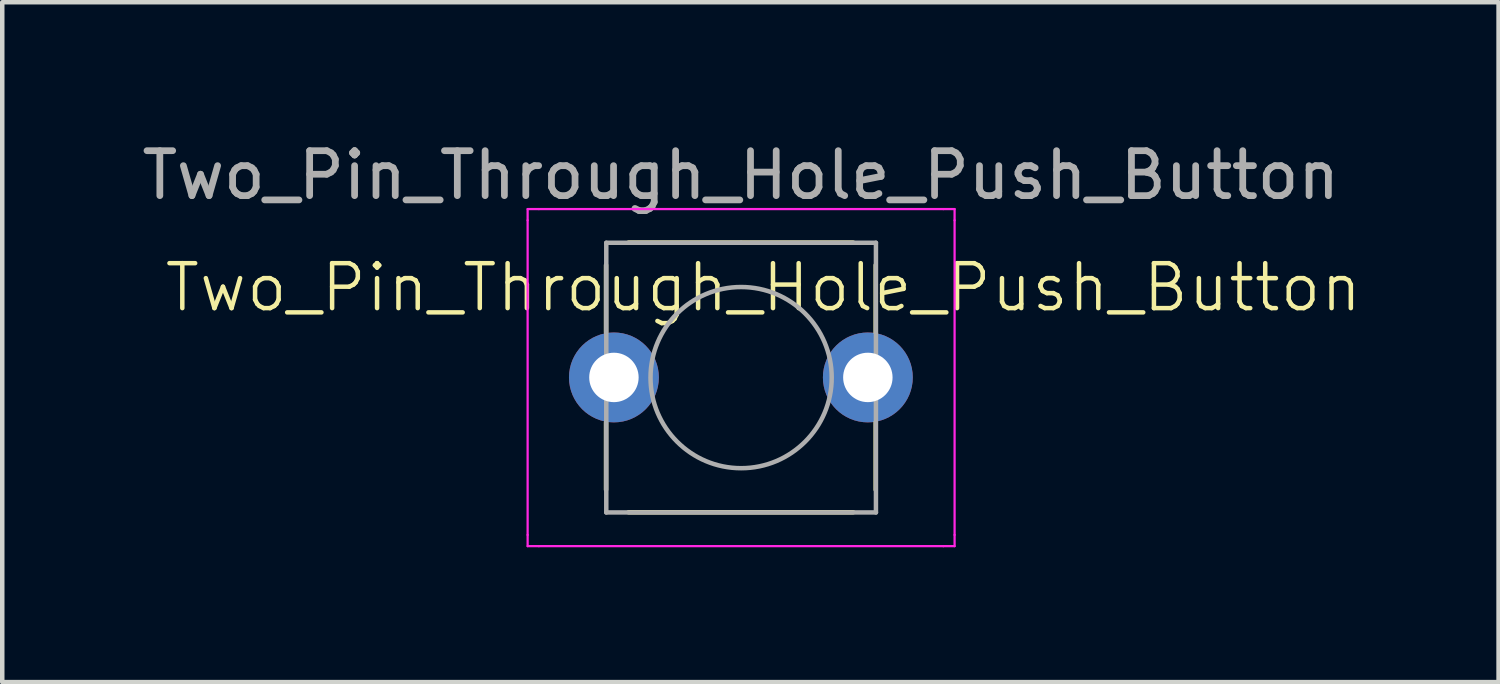
<source format=kicad_pcb>
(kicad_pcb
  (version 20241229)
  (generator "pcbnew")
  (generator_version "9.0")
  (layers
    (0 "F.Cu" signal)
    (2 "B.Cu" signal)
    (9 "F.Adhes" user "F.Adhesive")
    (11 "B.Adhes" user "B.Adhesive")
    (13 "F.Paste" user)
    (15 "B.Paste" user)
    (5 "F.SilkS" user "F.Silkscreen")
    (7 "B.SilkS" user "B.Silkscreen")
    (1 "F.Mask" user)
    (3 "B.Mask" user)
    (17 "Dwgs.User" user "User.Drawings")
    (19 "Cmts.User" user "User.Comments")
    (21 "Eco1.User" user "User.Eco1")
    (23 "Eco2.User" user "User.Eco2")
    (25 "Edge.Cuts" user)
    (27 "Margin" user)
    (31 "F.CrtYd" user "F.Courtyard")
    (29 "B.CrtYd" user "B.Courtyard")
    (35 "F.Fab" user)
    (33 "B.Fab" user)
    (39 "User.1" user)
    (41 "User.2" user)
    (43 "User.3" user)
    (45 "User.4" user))
  (footprint "Two_Pin_Through_Hole_Push_Button"
    (layer "F.Cu")
    (at 13.435 5.348)
    (property "Reference" "Two_Pin_Through_Hole_Push_Button" (at 0.5 -2 0) (unlocked yes) (layer "F.SilkS") (effects (font (size 1 1) (thickness 0.1))))
    (attr through_hole)
    (fp_line (start -3 -1) (end -3 -2.5) (stroke (width 0.1) (type default)) (layer "F.SilkS"))
    (fp_line (start -3 2.5) (end -3 1) (stroke (width 0.1) (type default)) (layer "F.SilkS"))
    (fp_line (start -2.5 -3) (end 2.5 -3) (stroke (width 0.1) (type default)) (layer "F.SilkS"))
    (fp_line (start 2.5 3) (end -2.5 3) (stroke (width 0.1) (type default)) (layer "F.SilkS"))
    (fp_line (start 3 -2.5) (end 3 -1) (stroke (width 0.1) (type default)) (layer "F.SilkS"))
    (fp_line (start 3 1) (end 3 2.5) (stroke (width 0.1) (type default)) (layer "F.SilkS"))
    (fp_line (start -4.745 -3.746) (end -4.495 -3.746) (stroke (width 0.05) (type solid)) (layer "F.CrtYd"))
    (fp_line (start -4.745 -3.496) (end -4.745 -3.746) (stroke (width 0.05) (type solid)) (layer "F.CrtYd"))
    (fp_line (start -4.745 3.504) (end -4.745 -3.496) (stroke (width 0.05) (type solid)) (layer "F.CrtYd"))
    (fp_line (start -4.745 3.504) (end -4.745 3.754) (stroke (width 0.05) (type solid)) (layer "F.CrtYd"))
    (fp_line (start -4.745 3.754) (end -4.495 3.754) (stroke (width 0.05) (type solid)) (layer "F.CrtYd"))
    (fp_line (start -4.495 -3.746) (end 4.505 -3.746) (stroke (width 0.05) (type solid)) (layer "F.CrtYd"))
    (fp_line (start 4.505 -3.746) (end 4.755 -3.746) (stroke (width 0.05) (type solid)) (layer "F.CrtYd"))
    (fp_line (start 4.505 3.754) (end -4.495 3.754) (stroke (width 0.05) (type solid)) (layer "F.CrtYd"))
    (fp_line (start 4.505 3.754) (end 4.755 3.754) (stroke (width 0.05) (type solid)) (layer "F.CrtYd"))
    (fp_line (start 4.755 -3.746) (end 4.755 -3.496) (stroke (width 0.05) (type solid)) (layer "F.CrtYd"))
    (fp_line (start 4.755 -3.496) (end 4.755 3.504) (stroke (width 0.05) (type solid)) (layer "F.CrtYd"))
    (fp_line (start 4.755 3.754) (end 4.755 3.504) (stroke (width 0.05) (type solid)) (layer "F.CrtYd"))
    (fp_line (start -2.995 -2.996) (end 0.005 -2.996) (stroke (width 0.1) (type solid)) (layer "F.Fab"))
    (fp_line (start -2.995 3.004) (end -2.995 -2.996) (stroke (width 0.1) (type solid)) (layer "F.Fab"))
    (fp_line (start 0.005 -2.996) (end 3.005 -2.996) (stroke (width 0.1) (type solid)) (layer "F.Fab"))
    (fp_line (start 3.005 -2.996) (end 3.005 3.004) (stroke (width 0.1) (type solid)) (layer "F.Fab"))
    (fp_line (start 3.005 3.004) (end -2.995 3.004) (stroke (width 0.1) (type solid)) (layer "F.Fab"))
    (fp_circle (center 0.005 0.004) (end -1.995 0.254) (stroke (width 0.1) (type solid)) (fill no) (layer "F.Fab"))
    (fp_text user "${REFERENCE}" (at 0 -4.5 0) (layer "F.Fab") (effects (font (size 1 1) (thickness 0.15))))
    (pad "1" thru_hole circle (at -2.825 0 90) (size 2 2) (drill 1.1) (layers "*.Cu" "*.Mask"))
    (pad "2" thru_hole circle (at 2.825 0 90) (size 2 2) (drill 1.1) (layers "*.Cu" "*.Mask")))
  (gr_rect
    (start -3 -3)
    (end 30.294 12.127)
    (stroke (width 0.1) (type default))
    (fill no)
    (layer "Edge.Cuts")))
</source>
